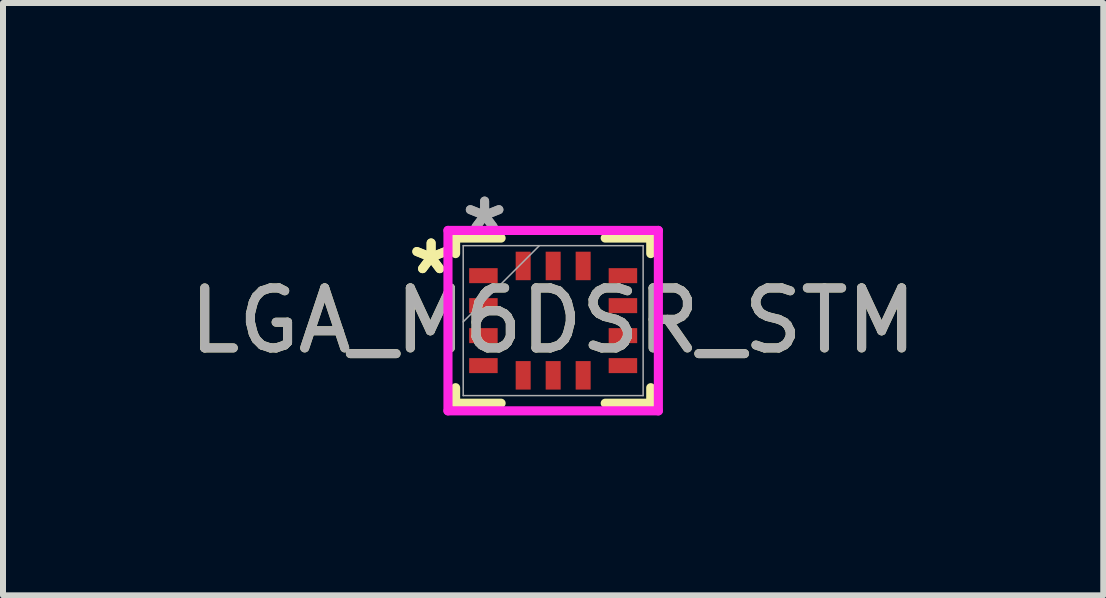
<source format=kicad_pcb>
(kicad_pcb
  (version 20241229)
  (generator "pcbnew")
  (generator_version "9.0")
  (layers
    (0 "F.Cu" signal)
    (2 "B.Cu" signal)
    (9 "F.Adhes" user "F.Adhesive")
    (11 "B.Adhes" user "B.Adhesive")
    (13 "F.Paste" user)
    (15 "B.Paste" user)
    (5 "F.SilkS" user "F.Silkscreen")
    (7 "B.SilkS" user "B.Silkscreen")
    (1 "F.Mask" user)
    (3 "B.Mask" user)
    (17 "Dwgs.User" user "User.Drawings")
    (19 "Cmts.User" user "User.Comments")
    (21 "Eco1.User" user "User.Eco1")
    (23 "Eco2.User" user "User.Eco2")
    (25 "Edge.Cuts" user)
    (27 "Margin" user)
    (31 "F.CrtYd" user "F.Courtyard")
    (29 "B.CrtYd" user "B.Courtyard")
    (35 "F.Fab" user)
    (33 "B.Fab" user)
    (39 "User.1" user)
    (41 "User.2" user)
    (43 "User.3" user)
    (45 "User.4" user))
  (footprint "LGA_M6DSR_STM"
    (layer "F.Cu")
    (at 6.173 2.296)
    (property "Reference" "LGA_M6DSR_STM" (at 0 0 0) (unlocked yes) (layer "F.SilkS") (effects (font (size 1 1) (thickness 0.15))))
    (attr smd)
    (fp_line (start -1.627 -1.377) (end -0.868 -1.377) (stroke (width 0.152) (type solid)) (layer "F.SilkS"))
    (fp_line (start -1.627 -1.118) (end -1.627 -1.377) (stroke (width 0.152) (type solid)) (layer "F.SilkS"))
    (fp_line (start -1.627 1.377) (end -1.627 1.118) (stroke (width 0.152) (type solid)) (layer "F.SilkS"))
    (fp_line (start -0.868 1.377) (end -1.627 1.377) (stroke (width 0.152) (type solid)) (layer "F.SilkS"))
    (fp_line (start 0.868 -1.377) (end 1.627 -1.377) (stroke (width 0.152) (type solid)) (layer "F.SilkS"))
    (fp_line (start 1.627 -1.377) (end 1.627 -1.118) (stroke (width 0.152) (type solid)) (layer "F.SilkS"))
    (fp_line (start 1.627 1.118) (end 1.627 1.377) (stroke (width 0.152) (type solid)) (layer "F.SilkS"))
    (fp_line (start 1.627 1.377) (end 0.868 1.377) (stroke (width 0.152) (type solid)) (layer "F.SilkS"))
    (fp_line (start -1.754 -1.504) (end -1.754 1.504) (stroke (width 0.152) (type solid)) (layer "F.CrtYd"))
    (fp_line (start -1.754 1.504) (end 1.754 1.504) (stroke (width 0.152) (type solid)) (layer "F.CrtYd"))
    (fp_line (start 1.754 -1.504) (end -1.754 -1.504) (stroke (width 0.152) (type solid)) (layer "F.CrtYd"))
    (fp_line (start 1.754 1.504) (end 1.754 -1.504) (stroke (width 0.152) (type solid)) (layer "F.CrtYd"))
    (fp_line (start -1.5 -1.25) (end -1.5 1.25) (stroke (width 0.025) (type solid)) (layer "F.Fab"))
    (fp_line (start -1.5 0.02) (end -0.23 -1.25) (stroke (width 0.025) (type solid)) (layer "F.Fab"))
    (fp_line (start -1.5 1.25) (end 1.5 1.25) (stroke (width 0.025) (type solid)) (layer "F.Fab"))
    (fp_line (start 1.5 -1.25) (end -1.5 -1.25) (stroke (width 0.025) (type solid)) (layer "F.Fab"))
    (fp_line (start 1.5 1.25) (end 1.5 -1.25) (stroke (width 0.025) (type solid)) (layer "F.Fab"))
    (fp_text user "*" (at -2.035 -0.75 0) (layer "F.SilkS") (effects (font (size 1 1) (thickness 0.15))))
    (fp_text user "*" (at -2.035 -0.75 0) (unlocked yes) (layer "F.SilkS") (effects (font (size 1 1) (thickness 0.15))))
    (fp_text user "*" (at -1.143 -1.448 0) (layer "F.Fab") (effects (font (size 1 1) (thickness 0.15))))
    (fp_text user "*" (at -1.143 -1.448 0) (unlocked yes) (layer "F.Fab") (effects (font (size 1 1) (thickness 0.15))))
    (fp_text user "${REFERENCE}" (at 0 0 0) (unlocked yes) (layer "F.Fab") (effects (font (size 1 1) (thickness 0.15))))
    (pad "1" smd rect (at -1.163 -0.75) (size 0.475 0.25) (layers "F.Cu" "F.Mask" "F.Paste"))
    (pad "2" smd rect (at -1.163 -0.25) (size 0.475 0.25) (layers "F.Cu" "F.Mask" "F.Paste"))
    (pad "3" smd rect (at -1.163 0.25) (size 0.475 0.25) (layers "F.Cu" "F.Mask" "F.Paste"))
    (pad "4" smd rect (at -1.163 0.75) (size 0.475 0.25) (layers "F.Cu" "F.Mask" "F.Paste"))
    (pad "5" smd rect (at -0.5 0.912 90) (size 0.475 0.25) (layers "F.Cu" "F.Mask" "F.Paste"))
    (pad "6" smd rect (at 0 0.912 90) (size 0.475 0.25) (layers "F.Cu" "F.Mask" "F.Paste"))
    (pad "7" smd rect (at 0.5 0.912 90) (size 0.475 0.25) (layers "F.Cu" "F.Mask" "F.Paste"))
    (pad "8" smd rect (at 1.163 0.75) (size 0.475 0.25) (layers "F.Cu" "F.Mask" "F.Paste"))
    (pad "9" smd rect (at 1.163 0.25) (size 0.475 0.25) (layers "F.Cu" "F.Mask" "F.Paste"))
    (pad "10" smd rect (at 1.163 -0.25) (size 0.475 0.25) (layers "F.Cu" "F.Mask" "F.Paste"))
    (pad "11" smd rect (at 1.163 -0.75) (size 0.475 0.25) (layers "F.Cu" "F.Mask" "F.Paste"))
    (pad "12" smd rect (at 0.5 -0.912 90) (size 0.475 0.25) (layers "F.Cu" "F.Mask" "F.Paste"))
    (pad "13" smd rect (at 0 -0.912 90) (size 0.475 0.25) (layers "F.Cu" "F.Mask" "F.Paste"))
    (pad "14" smd rect (at -0.5 -0.912 90) (size 0.475 0.25) (layers "F.Cu" "F.Mask" "F.Paste")))
  (gr_rect
    (start -3 -3)
    (end 15.345 6.876)
    (stroke (width 0.1) (type default))
    (fill no)
    (layer "Edge.Cuts")))
</source>
